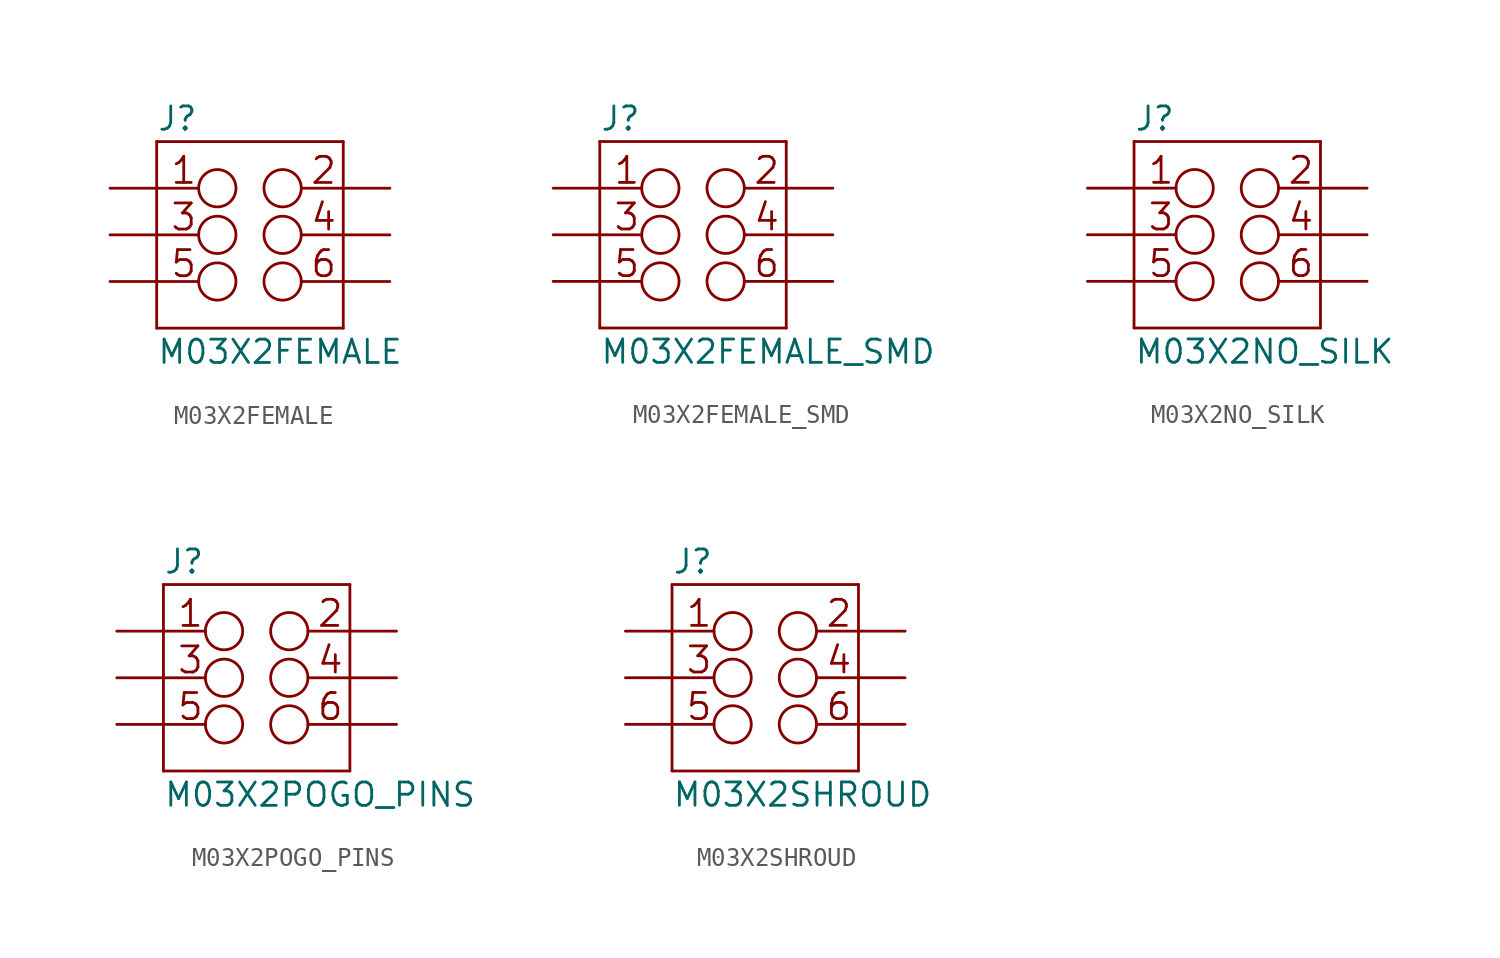
<source format=kicad_sym>
(kicad_symbol_lib
  (version 20211014)
  (generator kicad_symbol_editor)
  (symbol "M03X2FEMALE"
    (pin_numbers hide)
    (pin_names
      (offset 1.016) hide)
    (property "Reference" "J"
      (at -5.08 5.588 0)
      (effects (font (size 1.27 1.27)) (justify left bottom)))
    (property "Value" "M03X2FEMALE"
      (at -5.08 -7.112 0)
      (effects (font (size 1.27 1.27)) (justify left bottom)))
    (property "Datasheet" ""
      (at 0 0 0)
      (effects (font (size 1.524 1.524))))
    (property "ki_locked" ""
      (at 0 0 0)
      (effects (font (size 1.27 1.27))))
    (symbol "M03X2FEMALE_1_0"
      (polyline (pts (xy -5.08 -5.08) (xy -5.08 -2.54)) (stroke (width 0) (type default) (color 0 0 0 0)) (fill (type none)))
      (polyline (pts (xy -5.08 -2.54) (xy -5.08 0)) (stroke (width 0) (type default) (color 0 0 0 0)) (fill (type none)))
      (polyline (pts (xy -5.08 -2.54) (xy -2.794 -2.54)) (stroke (width 0) (type default) (color 0 0 0 0)) (fill (type none)))
      (polyline (pts (xy -5.08 0) (xy -5.08 2.54)) (stroke (width 0) (type default) (color 0 0 0 0)) (fill (type none)))
      (polyline (pts (xy -5.08 0) (xy -2.794 0)) (stroke (width 0) (type default) (color 0 0 0 0)) (fill (type none)))
      (polyline (pts (xy -5.08 2.54) (xy -5.08 5.08)) (stroke (width 0) (type default) (color 0 0 0 0)) (fill (type none)))
      (polyline (pts (xy -5.08 2.54) (xy -2.794 2.54)) (stroke (width 0) (type default) (color 0 0 0 0)) (fill (type none)))
      (polyline (pts (xy -5.08 5.08) (xy 5.08 5.08)) (stroke (width 0) (type default) (color 0 0 0 0)) (fill (type none)))
      (polyline (pts (xy 5.08 -5.08) (xy -5.08 -5.08)) (stroke (width 0) (type default) (color 0 0 0 0)) (fill (type none)))
      (polyline (pts (xy 5.08 -2.54) (xy 2.794 -2.54)) (stroke (width 0) (type default) (color 0 0 0 0)) (fill (type none)))
      (polyline (pts (xy 5.08 -2.54) (xy 5.08 -5.08)) (stroke (width 0) (type default) (color 0 0 0 0)) (fill (type none)))
      (polyline (pts (xy 5.08 0) (xy 2.794 0)) (stroke (width 0) (type default) (color 0 0 0 0)) (fill (type none)))
      (polyline (pts (xy 5.08 0) (xy 5.08 -2.54)) (stroke (width 0) (type default) (color 0 0 0 0)) (fill (type none)))
      (polyline (pts (xy 5.08 2.54) (xy 2.794 2.54)) (stroke (width 0) (type default) (color 0 0 0 0)) (fill (type none)))
      (polyline (pts (xy 5.08 2.54) (xy 5.08 0)) (stroke (width 0) (type default) (color 0 0 0 0)) (fill (type none)))
      (polyline (pts (xy 5.08 5.08) (xy 5.08 2.54)) (stroke (width 0) (type default) (color 0 0 0 0)) (fill (type none)))
      (text "1" (at -3.607 3.505 0) (effects (font (size 1.422 1.422))))
      (text "2" (at 4.013 3.505 0) (effects (font (size 1.422 1.422))))
      (text "3" (at -3.607 0.965 0) (effects (font (size 1.422 1.422))))
      (text "4" (at 4.013 0.965 0) (effects (font (size 1.422 1.422))))
      (text "5" (at -3.607 -1.575 0) (effects (font (size 1.422 1.422))))
      (text "6" (at 4.013 -1.575 0) (effects (font (size 1.422 1.422)))))
    (symbol "M03X2FEMALE_1_1"
      (circle (center -1.778 -2.54) (radius 1.016) (stroke (width 0) (type default) (color 0 0 0 0)) (fill (type none)))
      (circle (center -1.778 0) (radius 1.016) (stroke (width 0) (type default) (color 0 0 0 0)) (fill (type none)))
      (circle (center -1.778 2.54) (radius 1.016) (stroke (width 0) (type default) (color 0 0 0 0)) (fill (type none)))
      (circle (center 1.778 -2.54) (radius 1.016) (stroke (width 0) (type default) (color 0 0 0 0)) (fill (type none)))
      (circle (center 1.778 0) (radius 1.016) (stroke (width 0) (type default) (color 0 0 0 0)) (fill (type none)))
      (circle (center 1.778 2.54) (radius 1.016) (stroke (width 0) (type default) (color 0 0 0 0)) (fill (type none)))
      (pin bidirectional line (at -7.62 2.54 0) (length 2.54) (name "1" (effects (font (size 1.016 1.016)))) (number "1" (effects (font (size 1.016 1.016)))))
      (pin bidirectional line (at 7.62 2.54 180) (length 2.54) (name "2" (effects (font (size 1.016 1.016)))) (number "2" (effects (font (size 1.016 1.016)))))
      (pin bidirectional line (at -7.62 0 0) (length 2.54) (name "3" (effects (font (size 1.016 1.016)))) (number "3" (effects (font (size 1.016 1.016)))))
      (pin bidirectional line (at 7.62 0 180) (length 2.54) (name "4" (effects (font (size 1.016 1.016)))) (number "4" (effects (font (size 1.016 1.016)))))
      (pin bidirectional line (at -7.62 -2.54 0) (length 2.54) (name "5" (effects (font (size 1.016 1.016)))) (number "5" (effects (font (size 1.016 1.016)))))
      (pin bidirectional line (at 7.62 -2.54 180) (length 2.54) (name "6" (effects (font (size 1.016 1.016)))) (number "6" (effects (font (size 1.016 1.016)))))))
  (symbol "M03X2FEMALE_SMD"
    (pin_numbers hide)
    (pin_names
      (offset 1.016) hide)
    (property "Reference" "J"
      (at -5.08 5.588 0)
      (effects (font (size 1.27 1.27)) (justify left bottom)))
    (property "Value" "M03X2FEMALE_SMD"
      (at -5.08 -7.112 0)
      (effects (font (size 1.27 1.27)) (justify left bottom)))
    (property "Datasheet" ""
      (at 0 0 0)
      (effects (font (size 1.524 1.524))))
    (property "ki_locked" ""
      (at 0 0 0)
      (effects (font (size 1.27 1.27))))
    (symbol "M03X2FEMALE_SMD_1_0"
      (polyline (pts (xy -5.08 -5.08) (xy -5.08 -2.54)) (stroke (width 0) (type default) (color 0 0 0 0)) (fill (type none)))
      (polyline (pts (xy -5.08 -2.54) (xy -5.08 0)) (stroke (width 0) (type default) (color 0 0 0 0)) (fill (type none)))
      (polyline (pts (xy -5.08 -2.54) (xy -2.794 -2.54)) (stroke (width 0) (type default) (color 0 0 0 0)) (fill (type none)))
      (polyline (pts (xy -5.08 0) (xy -5.08 2.54)) (stroke (width 0) (type default) (color 0 0 0 0)) (fill (type none)))
      (polyline (pts (xy -5.08 0) (xy -2.794 0)) (stroke (width 0) (type default) (color 0 0 0 0)) (fill (type none)))
      (polyline (pts (xy -5.08 2.54) (xy -5.08 5.08)) (stroke (width 0) (type default) (color 0 0 0 0)) (fill (type none)))
      (polyline (pts (xy -5.08 2.54) (xy -2.794 2.54)) (stroke (width 0) (type default) (color 0 0 0 0)) (fill (type none)))
      (polyline (pts (xy -5.08 5.08) (xy 5.08 5.08)) (stroke (width 0) (type default) (color 0 0 0 0)) (fill (type none)))
      (polyline (pts (xy 5.08 -5.08) (xy -5.08 -5.08)) (stroke (width 0) (type default) (color 0 0 0 0)) (fill (type none)))
      (polyline (pts (xy 5.08 -2.54) (xy 2.794 -2.54)) (stroke (width 0) (type default) (color 0 0 0 0)) (fill (type none)))
      (polyline (pts (xy 5.08 -2.54) (xy 5.08 -5.08)) (stroke (width 0) (type default) (color 0 0 0 0)) (fill (type none)))
      (polyline (pts (xy 5.08 0) (xy 2.794 0)) (stroke (width 0) (type default) (color 0 0 0 0)) (fill (type none)))
      (polyline (pts (xy 5.08 0) (xy 5.08 -2.54)) (stroke (width 0) (type default) (color 0 0 0 0)) (fill (type none)))
      (polyline (pts (xy 5.08 2.54) (xy 2.794 2.54)) (stroke (width 0) (type default) (color 0 0 0 0)) (fill (type none)))
      (polyline (pts (xy 5.08 2.54) (xy 5.08 0)) (stroke (width 0) (type default) (color 0 0 0 0)) (fill (type none)))
      (polyline (pts (xy 5.08 5.08) (xy 5.08 2.54)) (stroke (width 0) (type default) (color 0 0 0 0)) (fill (type none)))
      (text "1" (at -3.607 3.505 0) (effects (font (size 1.422 1.422))))
      (text "2" (at 4.013 3.505 0) (effects (font (size 1.422 1.422))))
      (text "3" (at -3.607 0.965 0) (effects (font (size 1.422 1.422))))
      (text "4" (at 4.013 0.965 0) (effects (font (size 1.422 1.422))))
      (text "5" (at -3.607 -1.575 0) (effects (font (size 1.422 1.422))))
      (text "6" (at 4.013 -1.575 0) (effects (font (size 1.422 1.422)))))
    (symbol "M03X2FEMALE_SMD_1_1"
      (circle (center -1.778 -2.54) (radius 1.016) (stroke (width 0) (type default) (color 0 0 0 0)) (fill (type none)))
      (circle (center -1.778 0) (radius 1.016) (stroke (width 0) (type default) (color 0 0 0 0)) (fill (type none)))
      (circle (center -1.778 2.54) (radius 1.016) (stroke (width 0) (type default) (color 0 0 0 0)) (fill (type none)))
      (circle (center 1.778 -2.54) (radius 1.016) (stroke (width 0) (type default) (color 0 0 0 0)) (fill (type none)))
      (circle (center 1.778 0) (radius 1.016) (stroke (width 0) (type default) (color 0 0 0 0)) (fill (type none)))
      (circle (center 1.778 2.54) (radius 1.016) (stroke (width 0) (type default) (color 0 0 0 0)) (fill (type none)))
      (pin bidirectional line (at -7.62 2.54 0) (length 2.54) (name "1" (effects (font (size 1.016 1.016)))) (number "1" (effects (font (size 1.016 1.016)))))
      (pin bidirectional line (at 7.62 2.54 180) (length 2.54) (name "2" (effects (font (size 1.016 1.016)))) (number "2" (effects (font (size 1.016 1.016)))))
      (pin bidirectional line (at -7.62 0 0) (length 2.54) (name "3" (effects (font (size 1.016 1.016)))) (number "3" (effects (font (size 1.016 1.016)))))
      (pin bidirectional line (at 7.62 0 180) (length 2.54) (name "4" (effects (font (size 1.016 1.016)))) (number "4" (effects (font (size 1.016 1.016)))))
      (pin bidirectional line (at -7.62 -2.54 0) (length 2.54) (name "5" (effects (font (size 1.016 1.016)))) (number "5" (effects (font (size 1.016 1.016)))))
      (pin bidirectional line (at 7.62 -2.54 180) (length 2.54) (name "6" (effects (font (size 1.016 1.016)))) (number "6" (effects (font (size 1.016 1.016)))))))
  (symbol "M03X2NO_SILK"
    (pin_numbers hide)
    (pin_names
      (offset 1.016) hide)
    (property "Reference" "J"
      (at -5.08 5.588 0)
      (effects (font (size 1.27 1.27)) (justify left bottom)))
    (property "Value" "M03X2NO_SILK"
      (at -5.08 -7.112 0)
      (effects (font (size 1.27 1.27)) (justify left bottom)))
    (property "Datasheet" ""
      (at 0 0 0)
      (effects (font (size 1.524 1.524))))
    (property "ki_locked" ""
      (at 0 0 0)
      (effects (font (size 1.27 1.27))))
    (symbol "M03X2NO_SILK_1_0"
      (polyline (pts (xy -5.08 -5.08) (xy -5.08 -2.54)) (stroke (width 0) (type default) (color 0 0 0 0)) (fill (type none)))
      (polyline (pts (xy -5.08 -2.54) (xy -5.08 0)) (stroke (width 0) (type default) (color 0 0 0 0)) (fill (type none)))
      (polyline (pts (xy -5.08 -2.54) (xy -2.794 -2.54)) (stroke (width 0) (type default) (color 0 0 0 0)) (fill (type none)))
      (polyline (pts (xy -5.08 0) (xy -5.08 2.54)) (stroke (width 0) (type default) (color 0 0 0 0)) (fill (type none)))
      (polyline (pts (xy -5.08 0) (xy -2.794 0)) (stroke (width 0) (type default) (color 0 0 0 0)) (fill (type none)))
      (polyline (pts (xy -5.08 2.54) (xy -5.08 5.08)) (stroke (width 0) (type default) (color 0 0 0 0)) (fill (type none)))
      (polyline (pts (xy -5.08 2.54) (xy -2.794 2.54)) (stroke (width 0) (type default) (color 0 0 0 0)) (fill (type none)))
      (polyline (pts (xy -5.08 5.08) (xy 5.08 5.08)) (stroke (width 0) (type default) (color 0 0 0 0)) (fill (type none)))
      (polyline (pts (xy 5.08 -5.08) (xy -5.08 -5.08)) (stroke (width 0) (type default) (color 0 0 0 0)) (fill (type none)))
      (polyline (pts (xy 5.08 -2.54) (xy 2.794 -2.54)) (stroke (width 0) (type default) (color 0 0 0 0)) (fill (type none)))
      (polyline (pts (xy 5.08 -2.54) (xy 5.08 -5.08)) (stroke (width 0) (type default) (color 0 0 0 0)) (fill (type none)))
      (polyline (pts (xy 5.08 0) (xy 2.794 0)) (stroke (width 0) (type default) (color 0 0 0 0)) (fill (type none)))
      (polyline (pts (xy 5.08 0) (xy 5.08 -2.54)) (stroke (width 0) (type default) (color 0 0 0 0)) (fill (type none)))
      (polyline (pts (xy 5.08 2.54) (xy 2.794 2.54)) (stroke (width 0) (type default) (color 0 0 0 0)) (fill (type none)))
      (polyline (pts (xy 5.08 2.54) (xy 5.08 0)) (stroke (width 0) (type default) (color 0 0 0 0)) (fill (type none)))
      (polyline (pts (xy 5.08 5.08) (xy 5.08 2.54)) (stroke (width 0) (type default) (color 0 0 0 0)) (fill (type none)))
      (text "1" (at -3.607 3.505 0) (effects (font (size 1.422 1.422))))
      (text "2" (at 4.013 3.505 0) (effects (font (size 1.422 1.422))))
      (text "3" (at -3.607 0.965 0) (effects (font (size 1.422 1.422))))
      (text "4" (at 4.013 0.965 0) (effects (font (size 1.422 1.422))))
      (text "5" (at -3.607 -1.575 0) (effects (font (size 1.422 1.422))))
      (text "6" (at 4.013 -1.575 0) (effects (font (size 1.422 1.422)))))
    (symbol "M03X2NO_SILK_1_1"
      (circle (center -1.778 -2.54) (radius 1.016) (stroke (width 0) (type default) (color 0 0 0 0)) (fill (type none)))
      (circle (center -1.778 0) (radius 1.016) (stroke (width 0) (type default) (color 0 0 0 0)) (fill (type none)))
      (circle (center -1.778 2.54) (radius 1.016) (stroke (width 0) (type default) (color 0 0 0 0)) (fill (type none)))
      (circle (center 1.778 -2.54) (radius 1.016) (stroke (width 0) (type default) (color 0 0 0 0)) (fill (type none)))
      (circle (center 1.778 0) (radius 1.016) (stroke (width 0) (type default) (color 0 0 0 0)) (fill (type none)))
      (circle (center 1.778 2.54) (radius 1.016) (stroke (width 0) (type default) (color 0 0 0 0)) (fill (type none)))
      (pin bidirectional line (at -7.62 2.54 0) (length 2.54) (name "1" (effects (font (size 1.016 1.016)))) (number "1" (effects (font (size 1.016 1.016)))))
      (pin bidirectional line (at 7.62 2.54 180) (length 2.54) (name "2" (effects (font (size 1.016 1.016)))) (number "2" (effects (font (size 1.016 1.016)))))
      (pin bidirectional line (at -7.62 0 0) (length 2.54) (name "3" (effects (font (size 1.016 1.016)))) (number "3" (effects (font (size 1.016 1.016)))))
      (pin bidirectional line (at 7.62 0 180) (length 2.54) (name "4" (effects (font (size 1.016 1.016)))) (number "4" (effects (font (size 1.016 1.016)))))
      (pin bidirectional line (at -7.62 -2.54 0) (length 2.54) (name "5" (effects (font (size 1.016 1.016)))) (number "5" (effects (font (size 1.016 1.016)))))
      (pin bidirectional line (at 7.62 -2.54 180) (length 2.54) (name "6" (effects (font (size 1.016 1.016)))) (number "6" (effects (font (size 1.016 1.016)))))))
  (symbol "M03X2POGO_PINS"
    (pin_numbers hide)
    (pin_names
      (offset 1.016) hide)
    (property "Reference" "J"
      (at -5.08 5.588 0)
      (effects (font (size 1.27 1.27)) (justify left bottom)))
    (property "Value" "M03X2POGO_PINS"
      (at -5.08 -7.112 0)
      (effects (font (size 1.27 1.27)) (justify left bottom)))
    (property "Datasheet" ""
      (at 0 0 0)
      (effects (font (size 1.524 1.524))))
    (property "ki_locked" ""
      (at 0 0 0)
      (effects (font (size 1.27 1.27))))
    (symbol "M03X2POGO_PINS_1_0"
      (polyline (pts (xy -5.08 -5.08) (xy -5.08 -2.54)) (stroke (width 0) (type default) (color 0 0 0 0)) (fill (type none)))
      (polyline (pts (xy -5.08 -2.54) (xy -5.08 0)) (stroke (width 0) (type default) (color 0 0 0 0)) (fill (type none)))
      (polyline (pts (xy -5.08 -2.54) (xy -2.794 -2.54)) (stroke (width 0) (type default) (color 0 0 0 0)) (fill (type none)))
      (polyline (pts (xy -5.08 0) (xy -5.08 2.54)) (stroke (width 0) (type default) (color 0 0 0 0)) (fill (type none)))
      (polyline (pts (xy -5.08 0) (xy -2.794 0)) (stroke (width 0) (type default) (color 0 0 0 0)) (fill (type none)))
      (polyline (pts (xy -5.08 2.54) (xy -5.08 5.08)) (stroke (width 0) (type default) (color 0 0 0 0)) (fill (type none)))
      (polyline (pts (xy -5.08 2.54) (xy -2.794 2.54)) (stroke (width 0) (type default) (color 0 0 0 0)) (fill (type none)))
      (polyline (pts (xy -5.08 5.08) (xy 5.08 5.08)) (stroke (width 0) (type default) (color 0 0 0 0)) (fill (type none)))
      (polyline (pts (xy 5.08 -5.08) (xy -5.08 -5.08)) (stroke (width 0) (type default) (color 0 0 0 0)) (fill (type none)))
      (polyline (pts (xy 5.08 -2.54) (xy 2.794 -2.54)) (stroke (width 0) (type default) (color 0 0 0 0)) (fill (type none)))
      (polyline (pts (xy 5.08 -2.54) (xy 5.08 -5.08)) (stroke (width 0) (type default) (color 0 0 0 0)) (fill (type none)))
      (polyline (pts (xy 5.08 0) (xy 2.794 0)) (stroke (width 0) (type default) (color 0 0 0 0)) (fill (type none)))
      (polyline (pts (xy 5.08 0) (xy 5.08 -2.54)) (stroke (width 0) (type default) (color 0 0 0 0)) (fill (type none)))
      (polyline (pts (xy 5.08 2.54) (xy 2.794 2.54)) (stroke (width 0) (type default) (color 0 0 0 0)) (fill (type none)))
      (polyline (pts (xy 5.08 2.54) (xy 5.08 0)) (stroke (width 0) (type default) (color 0 0 0 0)) (fill (type none)))
      (polyline (pts (xy 5.08 5.08) (xy 5.08 2.54)) (stroke (width 0) (type default) (color 0 0 0 0)) (fill (type none)))
      (text "1" (at -3.607 3.505 0) (effects (font (size 1.422 1.422))))
      (text "2" (at 4.013 3.505 0) (effects (font (size 1.422 1.422))))
      (text "3" (at -3.607 0.965 0) (effects (font (size 1.422 1.422))))
      (text "4" (at 4.013 0.965 0) (effects (font (size 1.422 1.422))))
      (text "5" (at -3.607 -1.575 0) (effects (font (size 1.422 1.422))))
      (text "6" (at 4.013 -1.575 0) (effects (font (size 1.422 1.422)))))
    (symbol "M03X2POGO_PINS_1_1"
      (circle (center -1.778 -2.54) (radius 1.016) (stroke (width 0) (type default) (color 0 0 0 0)) (fill (type none)))
      (circle (center -1.778 0) (radius 1.016) (stroke (width 0) (type default) (color 0 0 0 0)) (fill (type none)))
      (circle (center -1.778 2.54) (radius 1.016) (stroke (width 0) (type default) (color 0 0 0 0)) (fill (type none)))
      (circle (center 1.778 -2.54) (radius 1.016) (stroke (width 0) (type default) (color 0 0 0 0)) (fill (type none)))
      (circle (center 1.778 0) (radius 1.016) (stroke (width 0) (type default) (color 0 0 0 0)) (fill (type none)))
      (circle (center 1.778 2.54) (radius 1.016) (stroke (width 0) (type default) (color 0 0 0 0)) (fill (type none)))
      (pin bidirectional line (at -7.62 2.54 0) (length 2.54) (name "1" (effects (font (size 1.016 1.016)))) (number "P$1" (effects (font (size 1.016 1.016)))))
      (pin bidirectional line (at 7.62 2.54 180) (length 2.54) (name "2" (effects (font (size 1.016 1.016)))) (number "P$2" (effects (font (size 1.016 1.016)))))
      (pin bidirectional line (at -7.62 0 0) (length 2.54) (name "3" (effects (font (size 1.016 1.016)))) (number "P$3" (effects (font (size 1.016 1.016)))))
      (pin bidirectional line (at 7.62 0 180) (length 2.54) (name "4" (effects (font (size 1.016 1.016)))) (number "P$4" (effects (font (size 1.016 1.016)))))
      (pin bidirectional line (at -7.62 -2.54 0) (length 2.54) (name "5" (effects (font (size 1.016 1.016)))) (number "P$5" (effects (font (size 1.016 1.016)))))
      (pin bidirectional line (at 7.62 -2.54 180) (length 2.54) (name "6" (effects (font (size 1.016 1.016)))) (number "P$6" (effects (font (size 1.016 1.016)))))))
  (symbol "M03X2SHROUD"
    (pin_numbers hide)
    (pin_names
      (offset 1.016) hide)
    (property "Reference" "J"
      (at -5.08 5.588 0)
      (effects (font (size 1.27 1.27)) (justify left bottom)))
    (property "Value" "M03X2SHROUD"
      (at -5.08 -7.112 0)
      (effects (font (size 1.27 1.27)) (justify left bottom)))
    (property "Datasheet" ""
      (at 0 0 0)
      (effects (font (size 1.524 1.524))))
    (property "ki_locked" ""
      (at 0 0 0)
      (effects (font (size 1.27 1.27))))
    (symbol "M03X2SHROUD_1_0"
      (polyline (pts (xy -5.08 -5.08) (xy -5.08 -2.54)) (stroke (width 0) (type default) (color 0 0 0 0)) (fill (type none)))
      (polyline (pts (xy -5.08 -2.54) (xy -5.08 0)) (stroke (width 0) (type default) (color 0 0 0 0)) (fill (type none)))
      (polyline (pts (xy -5.08 -2.54) (xy -2.794 -2.54)) (stroke (width 0) (type default) (color 0 0 0 0)) (fill (type none)))
      (polyline (pts (xy -5.08 0) (xy -5.08 2.54)) (stroke (width 0) (type default) (color 0 0 0 0)) (fill (type none)))
      (polyline (pts (xy -5.08 0) (xy -2.794 0)) (stroke (width 0) (type default) (color 0 0 0 0)) (fill (type none)))
      (polyline (pts (xy -5.08 2.54) (xy -5.08 5.08)) (stroke (width 0) (type default) (color 0 0 0 0)) (fill (type none)))
      (polyline (pts (xy -5.08 2.54) (xy -2.794 2.54)) (stroke (width 0) (type default) (color 0 0 0 0)) (fill (type none)))
      (polyline (pts (xy -5.08 5.08) (xy 5.08 5.08)) (stroke (width 0) (type default) (color 0 0 0 0)) (fill (type none)))
      (polyline (pts (xy 5.08 -5.08) (xy -5.08 -5.08)) (stroke (width 0) (type default) (color 0 0 0 0)) (fill (type none)))
      (polyline (pts (xy 5.08 -2.54) (xy 2.794 -2.54)) (stroke (width 0) (type default) (color 0 0 0 0)) (fill (type none)))
      (polyline (pts (xy 5.08 -2.54) (xy 5.08 -5.08)) (stroke (width 0) (type default) (color 0 0 0 0)) (fill (type none)))
      (polyline (pts (xy 5.08 0) (xy 2.794 0)) (stroke (width 0) (type default) (color 0 0 0 0)) (fill (type none)))
      (polyline (pts (xy 5.08 0) (xy 5.08 -2.54)) (stroke (width 0) (type default) (color 0 0 0 0)) (fill (type none)))
      (polyline (pts (xy 5.08 2.54) (xy 2.794 2.54)) (stroke (width 0) (type default) (color 0 0 0 0)) (fill (type none)))
      (polyline (pts (xy 5.08 2.54) (xy 5.08 0)) (stroke (width 0) (type default) (color 0 0 0 0)) (fill (type none)))
      (polyline (pts (xy 5.08 5.08) (xy 5.08 2.54)) (stroke (width 0) (type default) (color 0 0 0 0)) (fill (type none)))
      (text "1" (at -3.607 3.505 0) (effects (font (size 1.422 1.422))))
      (text "2" (at 4.013 3.505 0) (effects (font (size 1.422 1.422))))
      (text "3" (at -3.607 0.965 0) (effects (font (size 1.422 1.422))))
      (text "4" (at 4.013 0.965 0) (effects (font (size 1.422 1.422))))
      (text "5" (at -3.607 -1.575 0) (effects (font (size 1.422 1.422))))
      (text "6" (at 4.013 -1.575 0) (effects (font (size 1.422 1.422)))))
    (symbol "M03X2SHROUD_1_1"
      (circle (center -1.778 -2.54) (radius 1.016) (stroke (width 0) (type default) (color 0 0 0 0)) (fill (type none)))
      (circle (center -1.778 0) (radius 1.016) (stroke (width 0) (type default) (color 0 0 0 0)) (fill (type none)))
      (circle (center -1.778 2.54) (radius 1.016) (stroke (width 0) (type default) (color 0 0 0 0)) (fill (type none)))
      (circle (center 1.778 -2.54) (radius 1.016) (stroke (width 0) (type default) (color 0 0 0 0)) (fill (type none)))
      (circle (center 1.778 0) (radius 1.016) (stroke (width 0) (type default) (color 0 0 0 0)) (fill (type none)))
      (circle (center 1.778 2.54) (radius 1.016) (stroke (width 0) (type default) (color 0 0 0 0)) (fill (type none)))
      (pin bidirectional line (at -7.62 2.54 0) (length 2.54) (name "1" (effects (font (size 1.016 1.016)))) (number "1" (effects (font (size 1.016 1.016)))))
      (pin bidirectional line (at 7.62 2.54 180) (length 2.54) (name "2" (effects (font (size 1.016 1.016)))) (number "2" (effects (font (size 1.016 1.016)))))
      (pin bidirectional line (at -7.62 0 0) (length 2.54) (name "3" (effects (font (size 1.016 1.016)))) (number "3" (effects (font (size 1.016 1.016)))))
      (pin bidirectional line (at 7.62 0 180) (length 2.54) (name "4" (effects (font (size 1.016 1.016)))) (number "4" (effects (font (size 1.016 1.016)))))
      (pin bidirectional line (at -7.62 -2.54 0) (length 2.54) (name "5" (effects (font (size 1.016 1.016)))) (number "5" (effects (font (size 1.016 1.016)))))
      (pin bidirectional line (at 7.62 -2.54 180) (length 2.54) (name "6" (effects (font (size 1.016 1.016)))) (number "6" (effects (font (size 1.016 1.016))))))))
</source>
